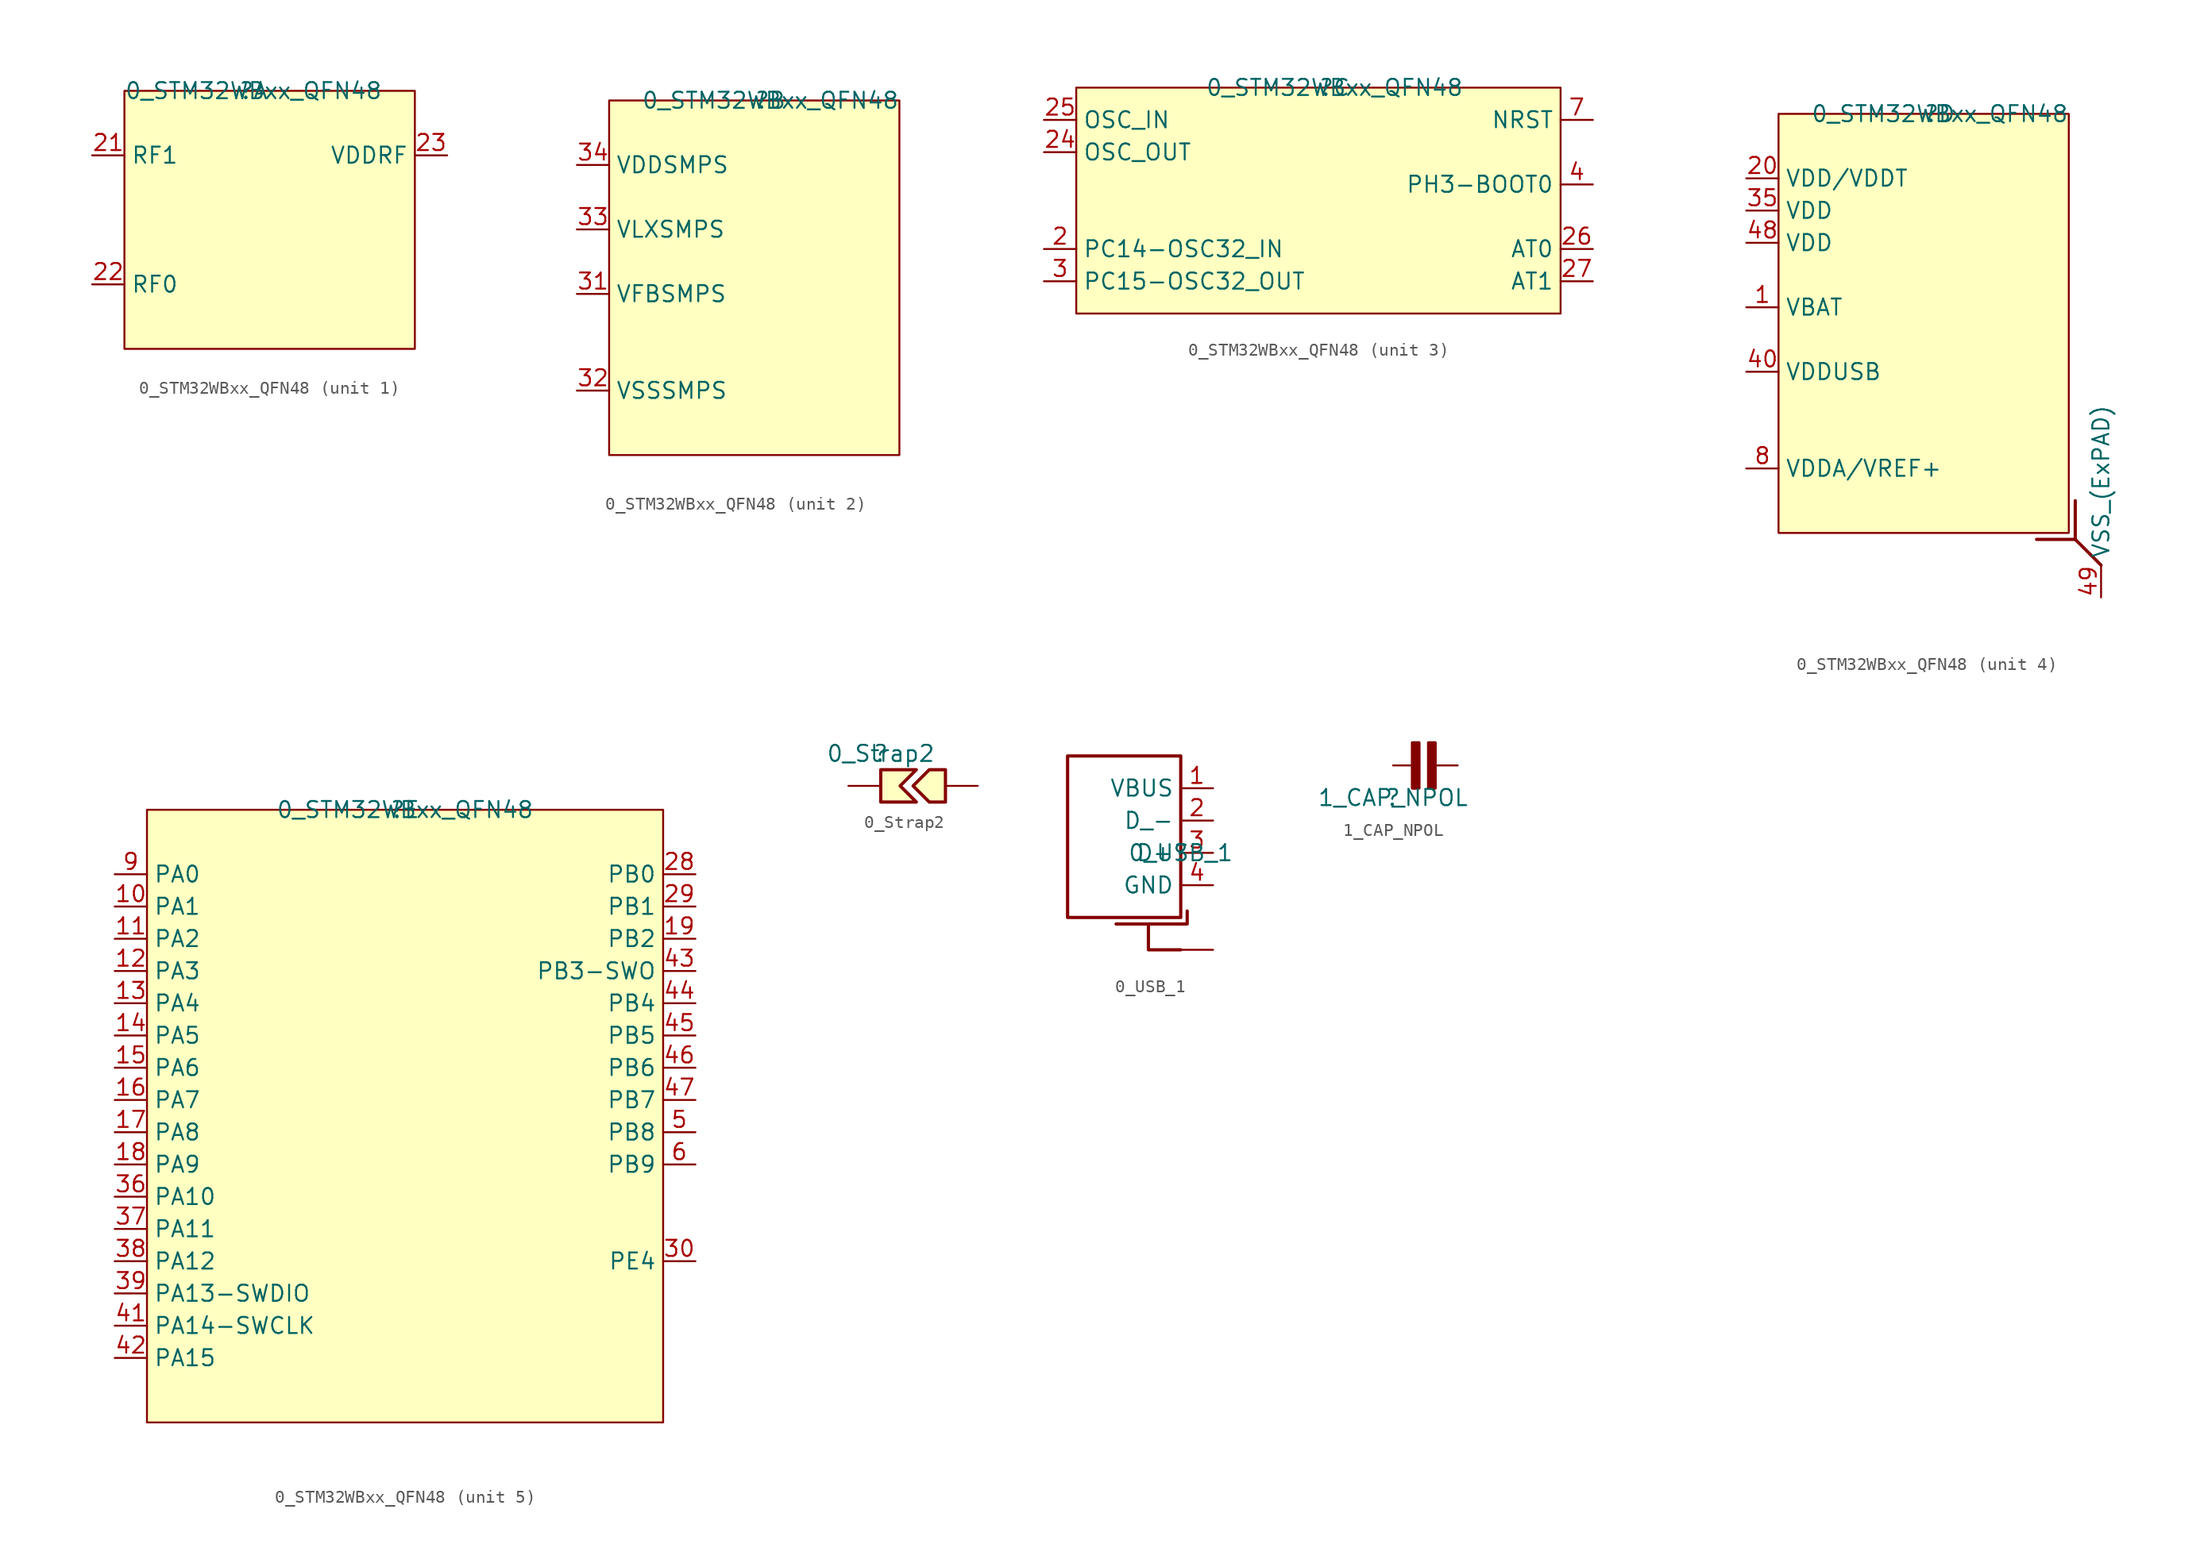
<source format=kicad_sym>
(kicad_symbol_lib
  (version 20211014)
  (generator kicad_symbol_editor)
  (symbol "0_STM32WBxx_QFN48"
    (property "Reference" ""
      (at 0 0 0)
      (effects (font (size 1.27 1.27))))
    (property "Value" "0_STM32WBxx_QFN48"
      (at 0 0 0)
      (effects (font (size 1.27 1.27))))
    (symbol "0_STM32WBxx_QFN48_1_0"
      (rectangle (start 12.7 0) (end -10.16 -20.32) (stroke (width 0) (type default) (color 0 0 0 0)) (fill (type background)))
      (pin passive line (at -12.7 -5.08 0) (length 2.54) (name "RF1" (effects (font (size 1.27 1.27)))) (number "21" (effects (font (size 1.27 1.27)))))
      (pin passive line (at -12.7 -15.24 0) (length 2.54) (name "RF0" (effects (font (size 1.27 1.27)))) (number "22" (effects (font (size 1.27 1.27)))))
      (pin passive line (at 15.24 -5.08 180) (length 2.54) (name "VDDRF" (effects (font (size 1.27 1.27)))) (number "23" (effects (font (size 1.27 1.27))))))
    (symbol "0_STM32WBxx_QFN48_2_0"
      (rectangle (start 10.16 0) (end -12.7 -27.94) (stroke (width 0) (type default) (color 0 0 0 0)) (fill (type background)))
      (pin passive line (at -15.24 -15.24 0) (length 2.54) (name "VFBSMPS" (effects (font (size 1.27 1.27)))) (number "31" (effects (font (size 1.27 1.27)))))
      (pin passive line (at -15.24 -22.86 0) (length 2.54) (name "VSSSMPS" (effects (font (size 1.27 1.27)))) (number "32" (effects (font (size 1.27 1.27)))))
      (pin passive line (at -15.24 -10.16 0) (length 2.54) (name "VLXSMPS" (effects (font (size 1.27 1.27)))) (number "33" (effects (font (size 1.27 1.27)))))
      (pin passive line (at -15.24 -5.08 0) (length 2.54) (name "VDDSMPS" (effects (font (size 1.27 1.27)))) (number "34" (effects (font (size 1.27 1.27))))))
    (symbol "0_STM32WBxx_QFN48_3_0"
      (rectangle (start 17.78 0) (end -20.32 -17.78) (stroke (width 0) (type default) (color 0 0 0 0)) (fill (type background)))
      (pin passive line (at -22.86 -12.7 0) (length 2.54) (name "PC14-OSC32_IN" (effects (font (size 1.27 1.27)))) (number "2" (effects (font (size 1.27 1.27)))))
      (pin passive line (at -22.86 -5.08 0) (length 2.54) (name "OSC_OUT" (effects (font (size 1.27 1.27)))) (number "24" (effects (font (size 1.27 1.27)))))
      (pin passive line (at -22.86 -2.54 0) (length 2.54) (name "OSC_IN" (effects (font (size 1.27 1.27)))) (number "25" (effects (font (size 1.27 1.27)))))
      (pin passive line (at 20.32 -12.7 180) (length 2.54) (name "AT0" (effects (font (size 1.27 1.27)))) (number "26" (effects (font (size 1.27 1.27)))))
      (pin passive line (at 20.32 -15.24 180) (length 2.54) (name "AT1" (effects (font (size 1.27 1.27)))) (number "27" (effects (font (size 1.27 1.27)))))
      (pin passive line (at -22.86 -15.24 0) (length 2.54) (name "PC15-OSC32_OUT" (effects (font (size 1.27 1.27)))) (number "3" (effects (font (size 1.27 1.27)))))
      (pin passive line (at 20.32 -7.62 180) (length 2.54) (name "PH3-BOOT0" (effects (font (size 1.27 1.27)))) (number "4" (effects (font (size 1.27 1.27)))))
      (pin passive line (at 20.32 -2.54 180) (length 2.54) (name "NRST" (effects (font (size 1.27 1.27)))) (number "7" (effects (font (size 1.27 1.27))))))
    (symbol "0_STM32WBxx_QFN48_4_0"
      (polyline (pts (xy 10.668 -33.528) (xy 12.7 -35.56)) (stroke (width 0.254) (type default) (color 0 0 0 0)) (fill (type none)))
      (polyline (pts (xy 10.668 -30.48) (xy 10.668 -33.528) (xy 7.62 -33.528)) (stroke (width 0.254) (type default) (color 0 0 0 0)) (fill (type none)))
      (rectangle (start 10.16 0) (end -12.7 -33.02) (stroke (width 0) (type default) (color 0 0 0 0)) (fill (type background)))
      (pin passive line (at -15.24 -15.24 0) (length 2.54) (name "VBAT" (effects (font (size 1.27 1.27)))) (number "1" (effects (font (size 1.27 1.27)))))
      (pin passive line (at -15.24 -5.08 0) (length 2.54) (name "VDD/VDDT" (effects (font (size 1.27 1.27)))) (number "20" (effects (font (size 1.27 1.27)))))
      (pin passive line (at -15.24 -7.62 0) (length 2.54) (name "VDD" (effects (font (size 1.27 1.27)))) (number "35" (effects (font (size 1.27 1.27)))))
      (pin passive line (at -15.24 -20.32 0) (length 2.54) (name "VDDUSB" (effects (font (size 1.27 1.27)))) (number "40" (effects (font (size 1.27 1.27)))))
      (pin passive line (at -15.24 -10.16 0) (length 2.54) (name "VDD" (effects (font (size 1.27 1.27)))) (number "48" (effects (font (size 1.27 1.27)))))
      (pin passive line (at 12.7 -38.1 90) (length 2.54) (name "VSS_(ExPAD)" (effects (font (size 1.27 1.27)))) (number "49" (effects (font (size 1.27 1.27)))))
      (pin passive line (at -15.24 -27.94 0) (length 2.54) (name "VDDA/VREF+" (effects (font (size 1.27 1.27)))) (number "8" (effects (font (size 1.27 1.27))))))
    (symbol "0_STM32WBxx_QFN48_5_0"
      (rectangle (start 20.32 0) (end -20.32 -48.26) (stroke (width 0) (type default) (color 0 0 0 0)) (fill (type background)))
      (pin passive line (at -22.86 -7.62 0) (length 2.54) (name "PA1" (effects (font (size 1.27 1.27)))) (number "10" (effects (font (size 1.27 1.27)))))
      (pin passive line (at -22.86 -10.16 0) (length 2.54) (name "PA2" (effects (font (size 1.27 1.27)))) (number "11" (effects (font (size 1.27 1.27)))))
      (pin passive line (at -22.86 -12.7 0) (length 2.54) (name "PA3" (effects (font (size 1.27 1.27)))) (number "12" (effects (font (size 1.27 1.27)))))
      (pin passive line (at -22.86 -15.24 0) (length 2.54) (name "PA4" (effects (font (size 1.27 1.27)))) (number "13" (effects (font (size 1.27 1.27)))))
      (pin passive line (at -22.86 -17.78 0) (length 2.54) (name "PA5" (effects (font (size 1.27 1.27)))) (number "14" (effects (font (size 1.27 1.27)))))
      (pin passive line (at -22.86 -20.32 0) (length 2.54) (name "PA6" (effects (font (size 1.27 1.27)))) (number "15" (effects (font (size 1.27 1.27)))))
      (pin passive line (at -22.86 -22.86 0) (length 2.54) (name "PA7" (effects (font (size 1.27 1.27)))) (number "16" (effects (font (size 1.27 1.27)))))
      (pin passive line (at -22.86 -25.4 0) (length 2.54) (name "PA8" (effects (font (size 1.27 1.27)))) (number "17" (effects (font (size 1.27 1.27)))))
      (pin passive line (at -22.86 -27.94 0) (length 2.54) (name "PA9" (effects (font (size 1.27 1.27)))) (number "18" (effects (font (size 1.27 1.27)))))
      (pin passive line (at 22.86 -10.16 180) (length 2.54) (name "PB2" (effects (font (size 1.27 1.27)))) (number "19" (effects (font (size 1.27 1.27)))))
      (pin passive line (at 22.86 -5.08 180) (length 2.54) (name "PB0" (effects (font (size 1.27 1.27)))) (number "28" (effects (font (size 1.27 1.27)))))
      (pin passive line (at 22.86 -7.62 180) (length 2.54) (name "PB1" (effects (font (size 1.27 1.27)))) (number "29" (effects (font (size 1.27 1.27)))))
      (pin passive line (at 22.86 -35.56 180) (length 2.54) (name "PE4" (effects (font (size 1.27 1.27)))) (number "30" (effects (font (size 1.27 1.27)))))
      (pin passive line (at -22.86 -30.48 0) (length 2.54) (name "PA10" (effects (font (size 1.27 1.27)))) (number "36" (effects (font (size 1.27 1.27)))))
      (pin passive line (at -22.86 -33.02 0) (length 2.54) (name "PA11" (effects (font (size 1.27 1.27)))) (number "37" (effects (font (size 1.27 1.27)))))
      (pin passive line (at -22.86 -35.56 0) (length 2.54) (name "PA12" (effects (font (size 1.27 1.27)))) (number "38" (effects (font (size 1.27 1.27)))))
      (pin passive line (at -22.86 -38.1 0) (length 2.54) (name "PA13-SWDIO" (effects (font (size 1.27 1.27)))) (number "39" (effects (font (size 1.27 1.27)))))
      (pin passive line (at -22.86 -40.64 0) (length 2.54) (name "PA14-SWCLK" (effects (font (size 1.27 1.27)))) (number "41" (effects (font (size 1.27 1.27)))))
      (pin passive line (at -22.86 -43.18 0) (length 2.54) (name "PA15" (effects (font (size 1.27 1.27)))) (number "42" (effects (font (size 1.27 1.27)))))
      (pin passive line (at 22.86 -12.7 180) (length 2.54) (name "PB3-SWO" (effects (font (size 1.27 1.27)))) (number "43" (effects (font (size 1.27 1.27)))))
      (pin passive line (at 22.86 -15.24 180) (length 2.54) (name "PB4" (effects (font (size 1.27 1.27)))) (number "44" (effects (font (size 1.27 1.27)))))
      (pin passive line (at 22.86 -17.78 180) (length 2.54) (name "PB5" (effects (font (size 1.27 1.27)))) (number "45" (effects (font (size 1.27 1.27)))))
      (pin passive line (at 22.86 -20.32 180) (length 2.54) (name "PB6" (effects (font (size 1.27 1.27)))) (number "46" (effects (font (size 1.27 1.27)))))
      (pin passive line (at 22.86 -22.86 180) (length 2.54) (name "PB7" (effects (font (size 1.27 1.27)))) (number "47" (effects (font (size 1.27 1.27)))))
      (pin passive line (at 22.86 -25.4 180) (length 2.54) (name "PB8" (effects (font (size 1.27 1.27)))) (number "5" (effects (font (size 1.27 1.27)))))
      (pin passive line (at 22.86 -27.94 180) (length 2.54) (name "PB9" (effects (font (size 1.27 1.27)))) (number "6" (effects (font (size 1.27 1.27)))))
      (pin passive line (at -22.86 -5.08 0) (length 2.54) (name "PA0" (effects (font (size 1.27 1.27)))) (number "9" (effects (font (size 1.27 1.27)))))))
  (symbol "0_Strap2"
    (property "Reference" ""
      (at 0 0 0)
      (effects (font (size 1.27 1.27))))
    (property "Value" "0_Strap2"
      (at 0 0 0)
      (effects (font (size 1.27 1.27))))
    (symbol "0_Strap2_1_0"
      (polyline (pts (xy 0 -1.27) (xy 0 -3.81) (xy 2.794 -3.81) (xy 1.524 -2.54) (xy 2.794 -1.27) (xy 0 -1.27)) (stroke (width 0.254) (type default) (color 0 0 0 0)) (fill (type background)))
      (polyline (pts (xy 5.08 -2.54) (xy 5.08 -3.81) (xy 3.81 -3.81) (xy 2.54 -2.54) (xy 3.81 -1.27) (xy 5.08 -1.27) (xy 5.08 -2.54)) (stroke (width 0.254) (type default) (color 0 0 0 0)) (fill (type background)))
      (pin passive line (at 7.62 -2.54 180) (length 2.54) (name "1" (effects (font (size 0 0)))) (number "1" (effects (font (size 0 0)))))
      (pin passive line (at -2.54 -2.54 0) (length 2.54) (name "2" (effects (font (size 0 0)))) (number "2" (effects (font (size 0 0)))))))
  (symbol "0_USB_1"
    (property "Reference" ""
      (at 0 0 0)
      (effects (font (size 1.27 1.27))))
    (property "Value" "0_USB_1"
      (at 0 0 0)
      (effects (font (size 1.27 1.27))))
    (symbol "0_USB_1_1_0"
      (polyline (pts (xy -2.54 -5.588) (xy 0.508 -5.588) (xy 0.508 -4.572)) (stroke (width 0.254) (type default) (color 0 0 0 0)) (fill (type none)))
      (polyline (pts (xy 0 -7.62) (xy -2.54 -7.62) (xy -2.54 -5.588) (xy -5.08 -5.588)) (stroke (width 0.254) (type default) (color 0 0 0 0)) (fill (type none)))
      (polyline (pts (xy 0 7.62) (xy 0 -5.08) (xy -8.89 -5.08) (xy -8.89 7.62) (xy 0 7.62)) (stroke (width 0.254) (type default) (color 0 0 0 0)) (fill (type none)))
      (pin passive line (at 2.54 -7.62 180) (length 2.54) (name "Shield" (effects (font (size 0 0)))) (number "0" (effects (font (size 0 0)))))
      (pin passive line (at 2.54 5.08 180) (length 2.54) (name "VBUS" (effects (font (size 1.27 1.27)))) (number "1" (effects (font (size 1.27 1.27)))))
      (pin passive line (at 2.54 2.54 180) (length 2.54) (name "D_-" (effects (font (size 1.27 1.27)))) (number "2" (effects (font (size 1.27 1.27)))))
      (pin passive line (at 2.54 0 180) (length 2.54) (name "D+" (effects (font (size 1.27 1.27)))) (number "3" (effects (font (size 1.27 1.27)))))
      (pin passive line (at 2.54 -2.54 180) (length 2.54) (name "GND" (effects (font (size 1.27 1.27)))) (number "4" (effects (font (size 1.27 1.27)))))))
  (symbol "1_CAP_NPOL"
    (property "Reference" ""
      (at 0 0 0)
      (effects (font (size 1.27 1.27))))
    (property "Value" "1_CAP_NPOL"
      (at 0 0 0)
      (effects (font (size 1.27 1.27))))
    (symbol "1_CAP_NPOL_1_0"
      (polyline (pts (xy 1.778 4.064) (xy 1.778 1.016)) (stroke (width 0.508) (type default) (color 0 0 0 0)) (fill (type none)))
      (polyline (pts (xy 3.048 1.016) (xy 3.048 4.064)) (stroke (width 0.508) (type default) (color 0 0 0 0)) (fill (type none)))
      (polyline (pts (xy 1.524 2.54) (xy 1.524 4.318) (xy 2.032 4.318) (xy 2.032 0.762) (xy 1.524 0.762) (xy 1.524 2.54)) (stroke (width 0.254) (type default) (color 0 0 0 0)) (fill (type none)))
      (polyline (pts (xy 2.794 2.54) (xy 2.794 4.318) (xy 3.302 4.318) (xy 3.302 0.762) (xy 2.794 0.762) (xy 2.794 2.54)) (stroke (width 0.254) (type default) (color 0 0 0 0)) (fill (type none)))
      (pin passive line (at 0 2.54 0) (length 1.524) (name "1" (effects (font (size 0 0)))) (number "1" (effects (font (size 0 0)))))
      (pin passive line (at 5.08 2.54 180) (length 1.778) (name "2" (effects (font (size 0 0)))) (number "2" (effects (font (size 0 0))))))))
</source>
